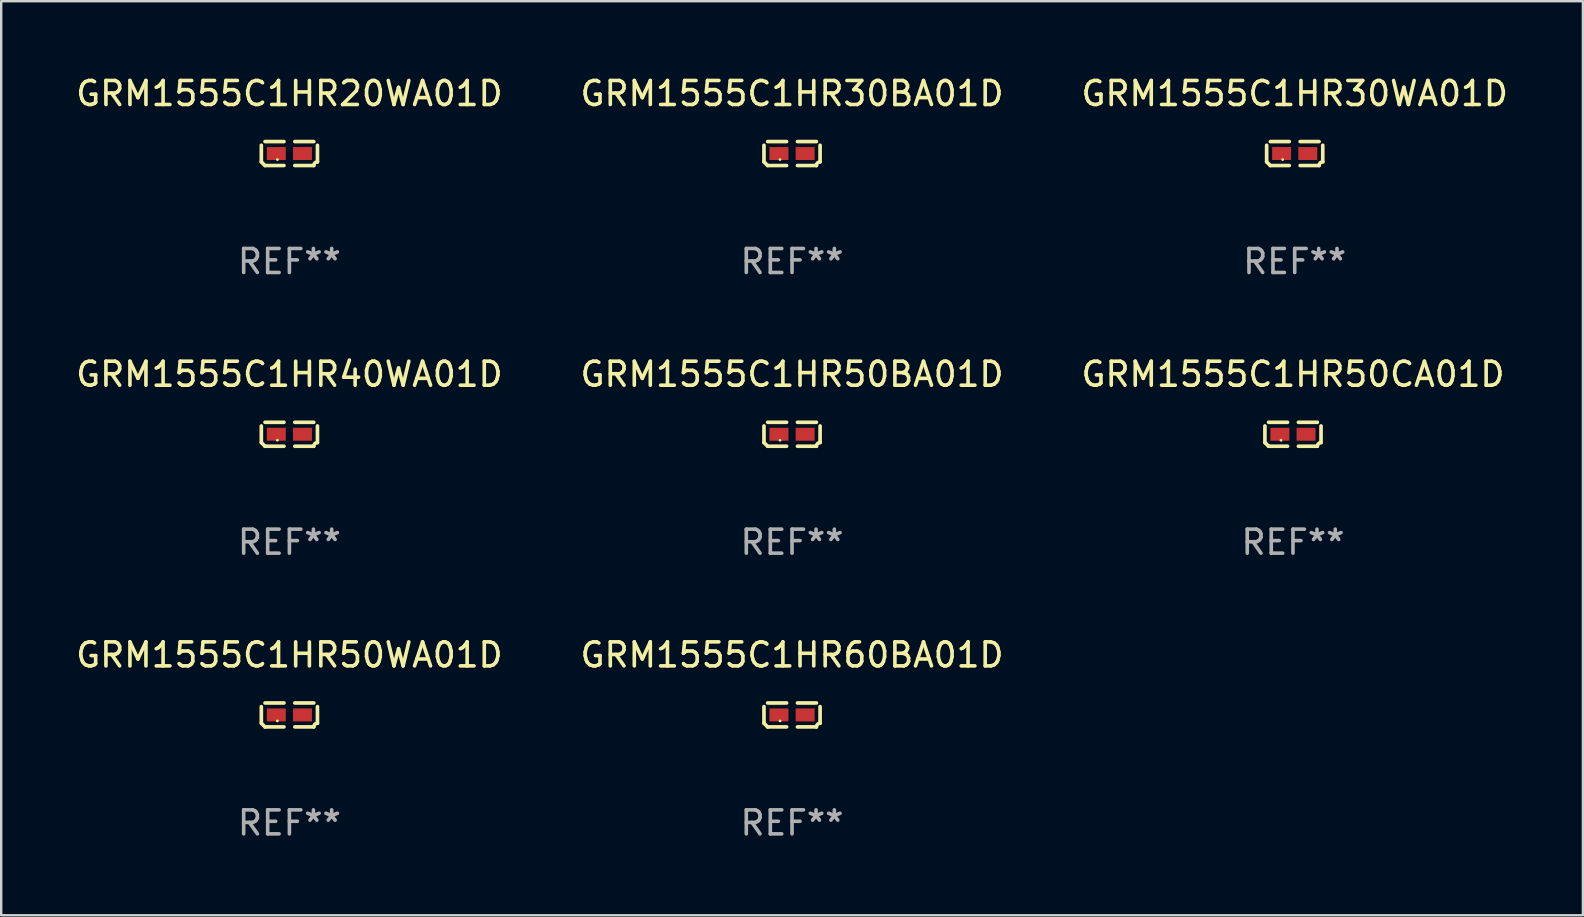
<source format=kicad_pcb>
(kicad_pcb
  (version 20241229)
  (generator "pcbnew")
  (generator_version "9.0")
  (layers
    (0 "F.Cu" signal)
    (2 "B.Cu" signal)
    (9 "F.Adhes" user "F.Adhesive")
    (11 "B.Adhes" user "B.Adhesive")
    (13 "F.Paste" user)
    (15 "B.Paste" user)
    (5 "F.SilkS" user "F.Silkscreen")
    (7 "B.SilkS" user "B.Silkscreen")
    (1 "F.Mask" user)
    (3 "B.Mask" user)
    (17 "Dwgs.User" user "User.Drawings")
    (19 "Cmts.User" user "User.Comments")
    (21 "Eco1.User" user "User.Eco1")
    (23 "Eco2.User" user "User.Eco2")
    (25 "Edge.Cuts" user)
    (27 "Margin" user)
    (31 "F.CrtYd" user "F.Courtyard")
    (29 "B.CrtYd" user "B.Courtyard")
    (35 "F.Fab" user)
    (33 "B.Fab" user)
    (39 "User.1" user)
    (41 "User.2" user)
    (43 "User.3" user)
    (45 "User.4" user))
  (footprint "GRM1555C1HR40WA01D"
    (layer "F.Cu")
    (at 9.006 15.041)
    (property "Reference" "GRM1555C1HR40WA01D" (at 0 -2.499 0) (layer "F.SilkS") (effects (font (size 1 1) (thickness 0.15))))
    (attr through_hole)
    (fp_line (start -1.169 0.346) (end -1.169 -0.346) (stroke (width 0.152) (type solid)) (layer "F.SilkS"))
    (fp_line (start -1.016 -0.499) (end -0.226 -0.499) (stroke (width 0.152) (type solid)) (layer "F.SilkS"))
    (fp_line (start -0.226 0.499) (end -1.016 0.499) (stroke (width 0.152) (type solid)) (layer "F.SilkS"))
    (fp_line (start 0.226 0.499) (end 1.016 0.499) (stroke (width 0.152) (type solid)) (layer "F.SilkS"))
    (fp_line (start 1.016 -0.499) (end 0.226 -0.499) (stroke (width 0.152) (type solid)) (layer "F.SilkS"))
    (fp_line (start 1.169 0.346) (end 1.169 -0.346) (stroke (width 0.152) (type solid)) (layer "F.SilkS"))
    (fp_arc (start -1.016307 0.498603) (mid -1.092512 0.422405) (end -1.16871 0.3462) (stroke (width 0.1524) (type solid)) (layer "F.SilkS"))
    (fp_arc (start 1.016307 0.498603) (mid 1.060899 0.390758) (end 1.168707 0.346076) (stroke (width 0.1524) (type solid)) (layer "F.SilkS"))
    (fp_circle (center -0.5 0.25) (end -0.47 0.25) (stroke (width 0.06) (type solid)) (fill no) (layer "F.SilkS"))
    (fp_text user "REF**" (at 0 4.499 0) (layer "F.Fab") (effects (font (size 1 1) (thickness 0.15))))
    (pad "1" smd rect (at -0.545 0) (size 0.79 0.54) (layers "F.Cu" "F.Mask" "F.Paste"))
    (pad "2" smd rect (at 0.545 0) (size 0.79 0.54) (layers "F.Cu" "F.Mask" "F.Paste")))
  (footprint "GRM1555C1HR20WA01D"
    (layer "F.Cu")
    (at 9.006 3.347)
    (property "Reference" "GRM1555C1HR20WA01D" (at 0 -2.499 0) (layer "F.SilkS") (effects (font (size 1 1) (thickness 0.15))))
    (attr through_hole)
    (fp_line (start -1.169 0.346) (end -1.169 -0.346) (stroke (width 0.152) (type solid)) (layer "F.SilkS"))
    (fp_line (start -1.016 -0.499) (end -0.226 -0.499) (stroke (width 0.152) (type solid)) (layer "F.SilkS"))
    (fp_line (start -0.226 0.499) (end -1.016 0.499) (stroke (width 0.152) (type solid)) (layer "F.SilkS"))
    (fp_line (start 0.226 0.499) (end 1.016 0.499) (stroke (width 0.152) (type solid)) (layer "F.SilkS"))
    (fp_line (start 1.016 -0.499) (end 0.226 -0.499) (stroke (width 0.152) (type solid)) (layer "F.SilkS"))
    (fp_line (start 1.169 0.346) (end 1.169 -0.346) (stroke (width 0.152) (type solid)) (layer "F.SilkS"))
    (fp_arc (start -1.016307 0.498603) (mid -1.092512 0.422405) (end -1.16871 0.3462) (stroke (width 0.1524) (type solid)) (layer "F.SilkS"))
    (fp_arc (start 1.016307 0.498603) (mid 1.060899 0.390758) (end 1.168707 0.346076) (stroke (width 0.1524) (type solid)) (layer "F.SilkS"))
    (fp_circle (center -0.5 0.25) (end -0.47 0.25) (stroke (width 0.06) (type solid)) (fill no) (layer "F.SilkS"))
    (fp_text user "REF**" (at 0 4.499 0) (layer "F.Fab") (effects (font (size 1 1) (thickness 0.15))))
    (pad "1" smd rect (at -0.545 0) (size 0.79 0.54) (layers "F.Cu" "F.Mask" "F.Paste"))
    (pad "2" smd rect (at 0.545 0) (size 0.79 0.54) (layers "F.Cu" "F.Mask" "F.Paste")))
  (footprint "GRM1555C1HR50CA01D"
    (layer "F.Cu")
    (at 50.815 15.041)
    (property "Reference" "GRM1555C1HR50CA01D" (at 0 -2.499 0) (layer "F.SilkS") (effects (font (size 1 1) (thickness 0.15))))
    (attr through_hole)
    (fp_line (start -1.169 0.346) (end -1.169 -0.346) (stroke (width 0.152) (type solid)) (layer "F.SilkS"))
    (fp_line (start -1.016 -0.499) (end -0.226 -0.499) (stroke (width 0.152) (type solid)) (layer "F.SilkS"))
    (fp_line (start -0.226 0.499) (end -1.016 0.499) (stroke (width 0.152) (type solid)) (layer "F.SilkS"))
    (fp_line (start 0.226 0.499) (end 1.016 0.499) (stroke (width 0.152) (type solid)) (layer "F.SilkS"))
    (fp_line (start 1.016 -0.499) (end 0.226 -0.499) (stroke (width 0.152) (type solid)) (layer "F.SilkS"))
    (fp_line (start 1.169 0.346) (end 1.169 -0.346) (stroke (width 0.152) (type solid)) (layer "F.SilkS"))
    (fp_arc (start -1.016307 0.498603) (mid -1.092512 0.422405) (end -1.16871 0.3462) (stroke (width 0.1524) (type solid)) (layer "F.SilkS"))
    (fp_arc (start 1.016307 0.498603) (mid 1.060899 0.390758) (end 1.168707 0.346076) (stroke (width 0.1524) (type solid)) (layer "F.SilkS"))
    (fp_circle (center -0.5 0.25) (end -0.47 0.25) (stroke (width 0.06) (type solid)) (fill no) (layer "F.SilkS"))
    (fp_text user "REF**" (at 0 4.499 0) (layer "F.Fab") (effects (font (size 1 1) (thickness 0.15))))
    (pad "1" smd rect (at -0.545 0) (size 0.79 0.54) (layers "F.Cu" "F.Mask" "F.Paste"))
    (pad "2" smd rect (at 0.545 0) (size 0.79 0.54) (layers "F.Cu" "F.Mask" "F.Paste")))
  (footprint "GRM1555C1HR50WA01D"
    (layer "F.Cu")
    (at 9.006 26.734)
    (property "Reference" "GRM1555C1HR50WA01D" (at 0 -2.499 0) (layer "F.SilkS") (effects (font (size 1 1) (thickness 0.15))))
    (attr through_hole)
    (fp_line (start -1.169 0.346) (end -1.169 -0.346) (stroke (width 0.152) (type solid)) (layer "F.SilkS"))
    (fp_line (start -1.016 -0.499) (end -0.226 -0.499) (stroke (width 0.152) (type solid)) (layer "F.SilkS"))
    (fp_line (start -0.226 0.499) (end -1.016 0.499) (stroke (width 0.152) (type solid)) (layer "F.SilkS"))
    (fp_line (start 0.226 0.499) (end 1.016 0.499) (stroke (width 0.152) (type solid)) (layer "F.SilkS"))
    (fp_line (start 1.016 -0.499) (end 0.226 -0.499) (stroke (width 0.152) (type solid)) (layer "F.SilkS"))
    (fp_line (start 1.169 0.346) (end 1.169 -0.346) (stroke (width 0.152) (type solid)) (layer "F.SilkS"))
    (fp_arc (start -1.016307 0.498603) (mid -1.092512 0.422405) (end -1.16871 0.3462) (stroke (width 0.1524) (type solid)) (layer "F.SilkS"))
    (fp_arc (start 1.016307 0.498603) (mid 1.060899 0.390758) (end 1.168707 0.346076) (stroke (width 0.1524) (type solid)) (layer "F.SilkS"))
    (fp_circle (center -0.5 0.25) (end -0.47 0.25) (stroke (width 0.06) (type solid)) (fill no) (layer "F.SilkS"))
    (fp_text user "REF**" (at 0 4.499 0) (layer "F.Fab") (effects (font (size 1 1) (thickness 0.15))))
    (pad "1" smd rect (at -0.545 0) (size 0.79 0.54) (layers "F.Cu" "F.Mask" "F.Paste"))
    (pad "2" smd rect (at 0.545 0) (size 0.79 0.54) (layers "F.Cu" "F.Mask" "F.Paste")))
  (footprint "GRM1555C1HR60BA01D"
    (layer "F.Cu")
    (at 29.946 26.734)
    (property "Reference" "GRM1555C1HR60BA01D" (at 0 -2.499 0) (layer "F.SilkS") (effects (font (size 1 1) (thickness 0.15))))
    (attr through_hole)
    (fp_line (start -1.169 0.346) (end -1.169 -0.346) (stroke (width 0.152) (type solid)) (layer "F.SilkS"))
    (fp_line (start -1.016 -0.499) (end -0.226 -0.499) (stroke (width 0.152) (type solid)) (layer "F.SilkS"))
    (fp_line (start -0.226 0.499) (end -1.016 0.499) (stroke (width 0.152) (type solid)) (layer "F.SilkS"))
    (fp_line (start 0.226 0.499) (end 1.016 0.499) (stroke (width 0.152) (type solid)) (layer "F.SilkS"))
    (fp_line (start 1.016 -0.499) (end 0.226 -0.499) (stroke (width 0.152) (type solid)) (layer "F.SilkS"))
    (fp_line (start 1.169 0.346) (end 1.169 -0.346) (stroke (width 0.152) (type solid)) (layer "F.SilkS"))
    (fp_arc (start -1.016307 0.498603) (mid -1.092512 0.422405) (end -1.16871 0.3462) (stroke (width 0.1524) (type solid)) (layer "F.SilkS"))
    (fp_arc (start 1.016307 0.498603) (mid 1.060899 0.390758) (end 1.168707 0.346076) (stroke (width 0.1524) (type solid)) (layer "F.SilkS"))
    (fp_circle (center -0.5 0.25) (end -0.47 0.25) (stroke (width 0.06) (type solid)) (fill no) (layer "F.SilkS"))
    (fp_text user "REF**" (at 0 4.499 0) (layer "F.Fab") (effects (font (size 1 1) (thickness 0.15))))
    (pad "1" smd rect (at -0.545 0) (size 0.79 0.54) (layers "F.Cu" "F.Mask" "F.Paste"))
    (pad "2" smd rect (at 0.545 0) (size 0.79 0.54) (layers "F.Cu" "F.Mask" "F.Paste")))
  (footprint "GRM1555C1HR50BA01D"
    (layer "F.Cu")
    (at 29.946 15.041)
    (property "Reference" "GRM1555C1HR50BA01D" (at 0 -2.499 0) (layer "F.SilkS") (effects (font (size 1 1) (thickness 0.15))))
    (attr through_hole)
    (fp_line (start -1.169 0.346) (end -1.169 -0.346) (stroke (width 0.152) (type solid)) (layer "F.SilkS"))
    (fp_line (start -1.016 -0.499) (end -0.226 -0.499) (stroke (width 0.152) (type solid)) (layer "F.SilkS"))
    (fp_line (start -0.226 0.499) (end -1.016 0.499) (stroke (width 0.152) (type solid)) (layer "F.SilkS"))
    (fp_line (start 0.226 0.499) (end 1.016 0.499) (stroke (width 0.152) (type solid)) (layer "F.SilkS"))
    (fp_line (start 1.016 -0.499) (end 0.226 -0.499) (stroke (width 0.152) (type solid)) (layer "F.SilkS"))
    (fp_line (start 1.169 0.346) (end 1.169 -0.346) (stroke (width 0.152) (type solid)) (layer "F.SilkS"))
    (fp_arc (start -1.016307 0.498603) (mid -1.092512 0.422405) (end -1.16871 0.3462) (stroke (width 0.1524) (type solid)) (layer "F.SilkS"))
    (fp_arc (start 1.016307 0.498603) (mid 1.060899 0.390758) (end 1.168707 0.346076) (stroke (width 0.1524) (type solid)) (layer "F.SilkS"))
    (fp_circle (center -0.5 0.25) (end -0.47 0.25) (stroke (width 0.06) (type solid)) (fill no) (layer "F.SilkS"))
    (fp_text user "REF**" (at 0 4.499 0) (layer "F.Fab") (effects (font (size 1 1) (thickness 0.15))))
    (pad "1" smd rect (at -0.545 0) (size 0.79 0.54) (layers "F.Cu" "F.Mask" "F.Paste"))
    (pad "2" smd rect (at 0.545 0) (size 0.79 0.54) (layers "F.Cu" "F.Mask" "F.Paste")))
  (footprint "GRM1555C1HR30WA01D"
    (layer "F.Cu")
    (at 50.887 3.347)
    (property "Reference" "GRM1555C1HR30WA01D" (at 0 -2.499 0) (layer "F.SilkS") (effects (font (size 1 1) (thickness 0.15))))
    (attr through_hole)
    (fp_line (start -1.169 0.346) (end -1.169 -0.346) (stroke (width 0.152) (type solid)) (layer "F.SilkS"))
    (fp_line (start -1.016 -0.499) (end -0.226 -0.499) (stroke (width 0.152) (type solid)) (layer "F.SilkS"))
    (fp_line (start -0.226 0.499) (end -1.016 0.499) (stroke (width 0.152) (type solid)) (layer "F.SilkS"))
    (fp_line (start 0.226 0.499) (end 1.016 0.499) (stroke (width 0.152) (type solid)) (layer "F.SilkS"))
    (fp_line (start 1.016 -0.499) (end 0.226 -0.499) (stroke (width 0.152) (type solid)) (layer "F.SilkS"))
    (fp_line (start 1.169 0.346) (end 1.169 -0.346) (stroke (width 0.152) (type solid)) (layer "F.SilkS"))
    (fp_arc (start -1.016307 0.498603) (mid -1.092512 0.422405) (end -1.16871 0.3462) (stroke (width 0.1524) (type solid)) (layer "F.SilkS"))
    (fp_arc (start 1.016307 0.498603) (mid 1.060899 0.390758) (end 1.168707 0.346076) (stroke (width 0.1524) (type solid)) (layer "F.SilkS"))
    (fp_circle (center -0.5 0.25) (end -0.47 0.25) (stroke (width 0.06) (type solid)) (fill no) (layer "F.SilkS"))
    (fp_text user "REF**" (at 0 4.499 0) (layer "F.Fab") (effects (font (size 1 1) (thickness 0.15))))
    (pad "1" smd rect (at -0.545 0) (size 0.79 0.54) (layers "F.Cu" "F.Mask" "F.Paste"))
    (pad "2" smd rect (at 0.545 0) (size 0.79 0.54) (layers "F.Cu" "F.Mask" "F.Paste")))
  (footprint "GRM1555C1HR30BA01D"
    (layer "F.Cu")
    (at 29.946 3.347)
    (property "Reference" "GRM1555C1HR30BA01D" (at 0 -2.499 0) (layer "F.SilkS") (effects (font (size 1 1) (thickness 0.15))))
    (attr through_hole)
    (fp_line (start -1.169 0.346) (end -1.169 -0.346) (stroke (width 0.152) (type solid)) (layer "F.SilkS"))
    (fp_line (start -1.016 -0.499) (end -0.226 -0.499) (stroke (width 0.152) (type solid)) (layer "F.SilkS"))
    (fp_line (start -0.226 0.499) (end -1.016 0.499) (stroke (width 0.152) (type solid)) (layer "F.SilkS"))
    (fp_line (start 0.226 0.499) (end 1.016 0.499) (stroke (width 0.152) (type solid)) (layer "F.SilkS"))
    (fp_line (start 1.016 -0.499) (end 0.226 -0.499) (stroke (width 0.152) (type solid)) (layer "F.SilkS"))
    (fp_line (start 1.169 0.346) (end 1.169 -0.346) (stroke (width 0.152) (type solid)) (layer "F.SilkS"))
    (fp_arc (start -1.016307 0.498603) (mid -1.092512 0.422405) (end -1.16871 0.3462) (stroke (width 0.1524) (type solid)) (layer "F.SilkS"))
    (fp_arc (start 1.016307 0.498603) (mid 1.060899 0.390758) (end 1.168707 0.346076) (stroke (width 0.1524) (type solid)) (layer "F.SilkS"))
    (fp_circle (center -0.5 0.25) (end -0.47 0.25) (stroke (width 0.06) (type solid)) (fill no) (layer "F.SilkS"))
    (fp_text user "REF**" (at 0 4.499 0) (layer "F.Fab") (effects (font (size 1 1) (thickness 0.15))))
    (pad "1" smd rect (at -0.545 0) (size 0.79 0.54) (layers "F.Cu" "F.Mask" "F.Paste"))
    (pad "2" smd rect (at 0.545 0) (size 0.79 0.54) (layers "F.Cu" "F.Mask" "F.Paste")))
  (gr_rect
    (start -3 -3)
    (end 62.893 35.081)
    (stroke (width 0.1) (type default))
    (fill no)
    (layer "Edge.Cuts")))
</source>
